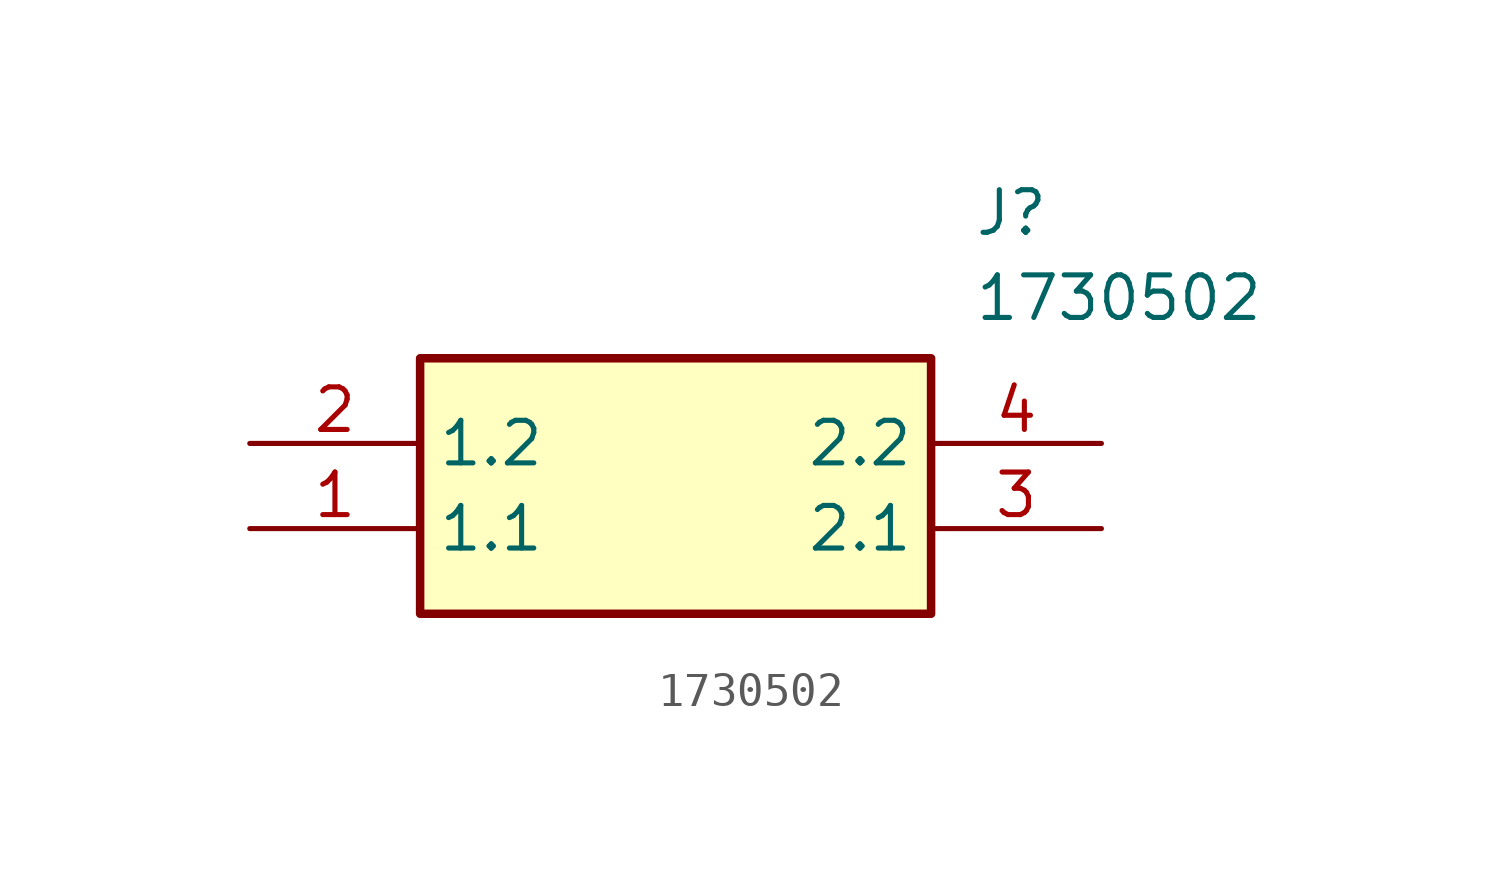
<source format=kicad_sym>
(kicad_symbol_lib
  (version 20211014)
  (generator SamacSys_ECAD_Model)
  (symbol "1730502"
    (property "Reference" "J"
      (at 21.59 7.62 0)
      (effects (font (size 1.27 1.27)) (justify left top)))
    (property "Value" "1730502"
      (at 21.59 5.08 0)
      (effects (font (size 1.27 1.27)) (justify left top)))
    (rectangle
      (start 5.08 2.54)
      (end 20.32 -5.08)
      (stroke (width 0.254) (type default))
      (fill (type background)))
    (pin passive line
      (at 0 -2.54 0)
      (length 5.08)
      (name "1.1" (effects (font (size 1.27 1.27))))
      (number "1" (effects (font (size 1.27 1.27)))))
    (pin passive line
      (at 0 0 0)
      (length 5.08)
      (name "1.2" (effects (font (size 1.27 1.27))))
      (number "2" (effects (font (size 1.27 1.27)))))
    (pin passive line
      (at 25.4 -2.54 180)
      (length 5.08)
      (name "2.1" (effects (font (size 1.27 1.27))))
      (number "3" (effects (font (size 1.27 1.27)))))
    (pin passive line
      (at 25.4 0 180)
      (length 5.08)
      (name "2.2" (effects (font (size 1.27 1.27))))
      (number "4" (effects (font (size 1.27 1.27)))))))
</source>
